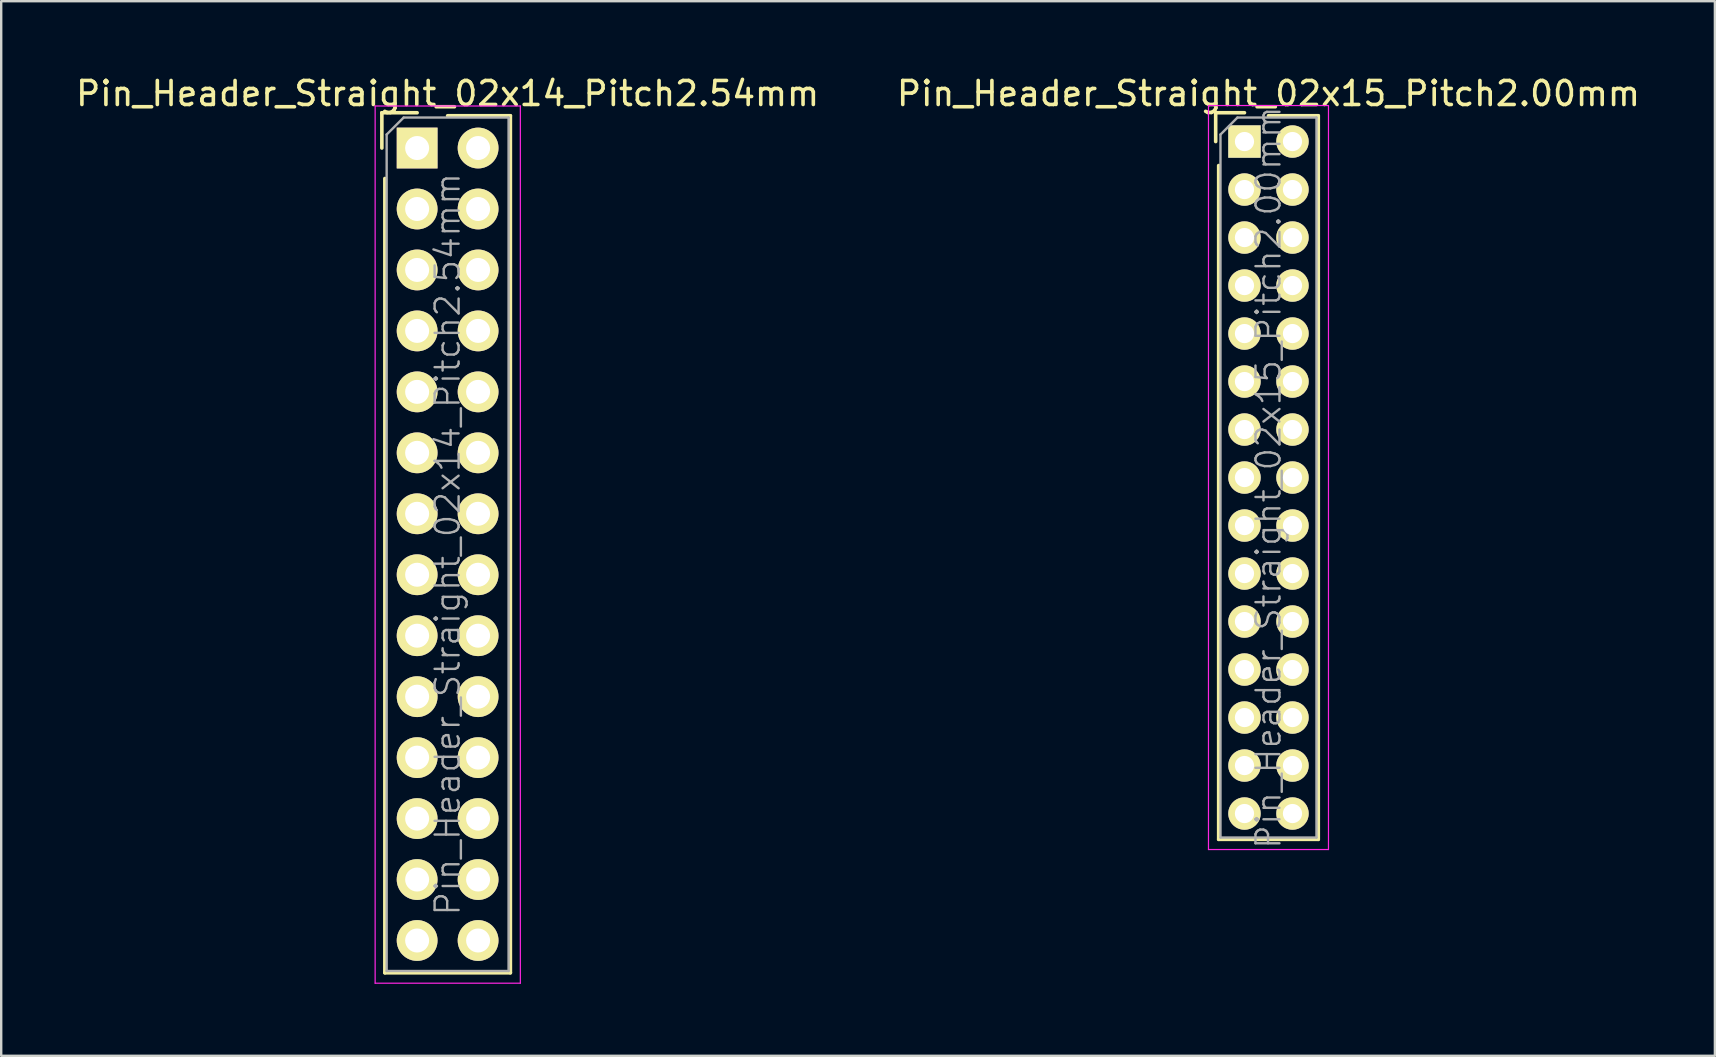
<source format=kicad_pcb>
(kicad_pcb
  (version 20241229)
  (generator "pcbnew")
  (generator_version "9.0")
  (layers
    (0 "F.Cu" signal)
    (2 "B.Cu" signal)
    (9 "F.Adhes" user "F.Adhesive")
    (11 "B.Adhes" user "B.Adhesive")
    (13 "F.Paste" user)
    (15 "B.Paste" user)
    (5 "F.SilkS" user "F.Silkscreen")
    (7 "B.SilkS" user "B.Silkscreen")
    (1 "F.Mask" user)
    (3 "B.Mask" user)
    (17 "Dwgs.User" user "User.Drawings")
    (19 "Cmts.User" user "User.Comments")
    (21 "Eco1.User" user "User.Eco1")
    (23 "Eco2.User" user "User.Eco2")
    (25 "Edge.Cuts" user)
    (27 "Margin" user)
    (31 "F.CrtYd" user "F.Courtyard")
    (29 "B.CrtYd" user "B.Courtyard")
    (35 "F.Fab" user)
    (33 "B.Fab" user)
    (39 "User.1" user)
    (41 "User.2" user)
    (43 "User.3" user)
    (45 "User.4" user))
  (footprint "Pin_Header_Straight_02x15_Pitch2.00mm"
    (layer "F.Cu")
    (at 48.804 2.848)
    (property "Reference" "Pin_Header_Straight_02x15_Pitch2.00mm" (at 1 -2 0) (layer "F.SilkS") (effects (font (size 1 1) (thickness 0.15))))
    (attr smd)
    (fp_line (start -1.2 -1.2) (end -1.2 0) (stroke (width 0.15) (type solid)) (layer "F.SilkS"))
    (fp_line (start -1.2 -1.2) (end 0 -1.2) (stroke (width 0.15) (type solid)) (layer "F.SilkS"))
    (fp_line (start -1.075 1) (end -1.075 29.075) (stroke (width 0.15) (type solid)) (layer "F.SilkS"))
    (fp_line (start -1.075 29.075) (end 3.075 29.075) (stroke (width 0.15) (type solid)) (layer "F.SilkS"))
    (fp_line (start 1 -1.075) (end 3.075 -1.075) (stroke (width 0.15) (type solid)) (layer "F.SilkS"))
    (fp_line (start 3.075 -1.075) (end 3.075 29.075) (stroke (width 0.15) (type solid)) (layer "F.SilkS"))
    (fp_line (start -1.5 -1.5) (end -1.5 29.5) (stroke (width 0.05) (type solid)) (layer "F.CrtYd"))
    (fp_line (start 3.5 -1.5) (end -1.5 -1.5) (stroke (width 0.05) (type solid)) (layer "F.CrtYd"))
    (fp_line (start 3.5 -1.5) (end 3.5 29.5) (stroke (width 0.05) (type solid)) (layer "F.CrtYd"))
    (fp_line (start 3.5 29.5) (end -1.5 29.5) (stroke (width 0.05) (type solid)) (layer "F.CrtYd"))
    (fp_line (start -1 -0.293) (end -0.293 -1) (stroke (width 0.1) (type solid)) (layer "F.Fab"))
    (fp_line (start -1 29) (end -1 -0.293) (stroke (width 0.1) (type solid)) (layer "F.Fab"))
    (fp_line (start 3 -1) (end -0.293 -1) (stroke (width 0.1) (type solid)) (layer "F.Fab"))
    (fp_line (start 3 29) (end -1 29) (stroke (width 0.1) (type solid)) (layer "F.Fab"))
    (fp_line (start 3 29) (end 3 -1) (stroke (width 0.1) (type solid)) (layer "F.Fab"))
    (fp_text user "${REFERENCE}" (at 1 14 90) (layer "F.Fab") (effects (font (size 1 1) (thickness 0.1))))
    (pad "1" thru_hole rect (at 0 0) (size 1.35 1.35) (drill 0.8) (layers "*.Cu" "*.Mask" "F.SilkS"))
    (pad "2" thru_hole oval (at 2 0) (size 1.35 1.35) (drill 0.8) (layers "*.Cu" "*.Mask" "F.SilkS"))
    (pad "3" thru_hole oval (at 0 2) (size 1.35 1.35) (drill 0.8) (layers "*.Cu" "*.Mask" "F.SilkS"))
    (pad "4" thru_hole oval (at 2 2) (size 1.35 1.35) (drill 0.8) (layers "*.Cu" "*.Mask" "F.SilkS"))
    (pad "5" thru_hole oval (at 0 4) (size 1.35 1.35) (drill 0.8) (layers "*.Cu" "*.Mask" "F.SilkS"))
    (pad "6" thru_hole oval (at 2 4) (size 1.35 1.35) (drill 0.8) (layers "*.Cu" "*.Mask" "F.SilkS"))
    (pad "7" thru_hole oval (at 0 6) (size 1.35 1.35) (drill 0.8) (layers "*.Cu" "*.Mask" "F.SilkS"))
    (pad "8" thru_hole oval (at 2 6) (size 1.35 1.35) (drill 0.8) (layers "*.Cu" "*.Mask" "F.SilkS"))
    (pad "9" thru_hole oval (at 0 8) (size 1.35 1.35) (drill 0.8) (layers "*.Cu" "*.Mask" "F.SilkS"))
    (pad "10" thru_hole oval (at 2 8) (size 1.35 1.35) (drill 0.8) (layers "*.Cu" "*.Mask" "F.SilkS"))
    (pad "11" thru_hole oval (at 0 10) (size 1.35 1.35) (drill 0.8) (layers "*.Cu" "*.Mask" "F.SilkS"))
    (pad "12" thru_hole oval (at 2 10) (size 1.35 1.35) (drill 0.8) (layers "*.Cu" "*.Mask" "F.SilkS"))
    (pad "13" thru_hole oval (at 0 12) (size 1.35 1.35) (drill 0.8) (layers "*.Cu" "*.Mask" "F.SilkS"))
    (pad "14" thru_hole oval (at 2 12) (size 1.35 1.35) (drill 0.8) (layers "*.Cu" "*.Mask" "F.SilkS"))
    (pad "15" thru_hole oval (at 0 14) (size 1.35 1.35) (drill 0.8) (layers "*.Cu" "*.Mask" "F.SilkS"))
    (pad "16" thru_hole oval (at 2 14) (size 1.35 1.35) (drill 0.8) (layers "*.Cu" "*.Mask" "F.SilkS"))
    (pad "17" thru_hole oval (at 0 16) (size 1.35 1.35) (drill 0.8) (layers "*.Cu" "*.Mask" "F.SilkS"))
    (pad "18" thru_hole oval (at 2 16) (size 1.35 1.35) (drill 0.8) (layers "*.Cu" "*.Mask" "F.SilkS"))
    (pad "19" thru_hole oval (at 0 18) (size 1.35 1.35) (drill 0.8) (layers "*.Cu" "*.Mask" "F.SilkS"))
    (pad "20" thru_hole oval (at 2 18) (size 1.35 1.35) (drill 0.8) (layers "*.Cu" "*.Mask" "F.SilkS"))
    (pad "21" thru_hole oval (at 0 20) (size 1.35 1.35) (drill 0.8) (layers "*.Cu" "*.Mask" "F.SilkS"))
    (pad "22" thru_hole oval (at 2 20) (size 1.35 1.35) (drill 0.8) (layers "*.Cu" "*.Mask" "F.SilkS"))
    (pad "23" thru_hole oval (at 0 22) (size 1.35 1.35) (drill 0.8) (layers "*.Cu" "*.Mask" "F.SilkS"))
    (pad "24" thru_hole oval (at 2 22) (size 1.35 1.35) (drill 0.8) (layers "*.Cu" "*.Mask" "F.SilkS"))
    (pad "25" thru_hole oval (at 0 24) (size 1.35 1.35) (drill 0.8) (layers "*.Cu" "*.Mask" "F.SilkS"))
    (pad "26" thru_hole oval (at 2 24) (size 1.35 1.35) (drill 0.8) (layers "*.Cu" "*.Mask" "F.SilkS"))
    (pad "27" thru_hole oval (at 0 26) (size 1.35 1.35) (drill 0.8) (layers "*.Cu" "*.Mask" "F.SilkS"))
    (pad "28" thru_hole oval (at 2 26) (size 1.35 1.35) (drill 0.8) (layers "*.Cu" "*.Mask" "F.SilkS"))
    (pad "29" thru_hole oval (at 0 28) (size 1.35 1.35) (drill 0.8) (layers "*.Cu" "*.Mask" "F.SilkS"))
    (pad "30" thru_hole oval (at 2 28) (size 1.35 1.35) (drill 0.8) (layers "*.Cu" "*.Mask" "F.SilkS")))
  (footprint "Pin_Header_Straight_02x14_Pitch2.54mm"
    (layer "F.Cu")
    (at 14.331 3.118)
    (property "Reference" "Pin_Header_Straight_02x14_Pitch2.54mm" (at 1.27 -2.27 0) (layer "F.SilkS") (effects (font (size 1 1) (thickness 0.15))))
    (attr smd)
    (fp_line (start -1.47 -1.47) (end -1.47 0) (stroke (width 0.15) (type solid)) (layer "F.SilkS"))
    (fp_line (start -1.47 -1.47) (end 0 -1.47) (stroke (width 0.15) (type solid)) (layer "F.SilkS"))
    (fp_line (start -1.345 1.27) (end -1.345 34.365) (stroke (width 0.15) (type solid)) (layer "F.SilkS"))
    (fp_line (start -1.345 34.365) (end 3.885 34.365) (stroke (width 0.15) (type solid)) (layer "F.SilkS"))
    (fp_line (start 1.27 -1.345) (end 3.885 -1.345) (stroke (width 0.15) (type solid)) (layer "F.SilkS"))
    (fp_line (start 3.885 -1.345) (end 3.885 34.365) (stroke (width 0.15) (type solid)) (layer "F.SilkS"))
    (fp_line (start -1.75 -1.75) (end -1.75 34.8) (stroke (width 0.05) (type solid)) (layer "F.CrtYd"))
    (fp_line (start 4.3 -1.75) (end -1.75 -1.75) (stroke (width 0.05) (type solid)) (layer "F.CrtYd"))
    (fp_line (start 4.3 -1.75) (end 4.3 34.8) (stroke (width 0.05) (type solid)) (layer "F.CrtYd"))
    (fp_line (start 4.3 34.8) (end -1.75 34.8) (stroke (width 0.05) (type solid)) (layer "F.CrtYd"))
    (fp_line (start -1.27 -0.563) (end -0.563 -1.27) (stroke (width 0.1) (type solid)) (layer "F.Fab"))
    (fp_line (start -1.27 34.29) (end -1.27 -0.563) (stroke (width 0.1) (type solid)) (layer "F.Fab"))
    (fp_line (start 3.81 -1.27) (end -0.563 -1.27) (stroke (width 0.1) (type solid)) (layer "F.Fab"))
    (fp_line (start 3.81 34.29) (end -1.27 34.29) (stroke (width 0.1) (type solid)) (layer "F.Fab"))
    (fp_line (start 3.81 34.29) (end 3.81 -1.27) (stroke (width 0.1) (type solid)) (layer "F.Fab"))
    (fp_text user "${REFERENCE}" (at 1.27 16.51 90) (layer "F.Fab") (effects (font (size 1 1) (thickness 0.1))))
    (pad "1" thru_hole rect (at 0 0) (size 1.7 1.7) (drill 1) (layers "*.Cu" "*.Mask" "F.SilkS"))
    (pad "2" thru_hole oval (at 2.54 0) (size 1.7 1.7) (drill 1) (layers "*.Cu" "*.Mask" "F.SilkS"))
    (pad "3" thru_hole oval (at 0 2.54) (size 1.7 1.7) (drill 1) (layers "*.Cu" "*.Mask" "F.SilkS"))
    (pad "4" thru_hole oval (at 2.54 2.54) (size 1.7 1.7) (drill 1) (layers "*.Cu" "*.Mask" "F.SilkS"))
    (pad "5" thru_hole oval (at 0 5.08) (size 1.7 1.7) (drill 1) (layers "*.Cu" "*.Mask" "F.SilkS"))
    (pad "6" thru_hole oval (at 2.54 5.08) (size 1.7 1.7) (drill 1) (layers "*.Cu" "*.Mask" "F.SilkS"))
    (pad "7" thru_hole oval (at 0 7.62) (size 1.7 1.7) (drill 1) (layers "*.Cu" "*.Mask" "F.SilkS"))
    (pad "8" thru_hole oval (at 2.54 7.62) (size 1.7 1.7) (drill 1) (layers "*.Cu" "*.Mask" "F.SilkS"))
    (pad "9" thru_hole oval (at 0 10.16) (size 1.7 1.7) (drill 1) (layers "*.Cu" "*.Mask" "F.SilkS"))
    (pad "10" thru_hole oval (at 2.54 10.16) (size 1.7 1.7) (drill 1) (layers "*.Cu" "*.Mask" "F.SilkS"))
    (pad "11" thru_hole oval (at 0 12.7) (size 1.7 1.7) (drill 1) (layers "*.Cu" "*.Mask" "F.SilkS"))
    (pad "12" thru_hole oval (at 2.54 12.7) (size 1.7 1.7) (drill 1) (layers "*.Cu" "*.Mask" "F.SilkS"))
    (pad "13" thru_hole oval (at 0 15.24) (size 1.7 1.7) (drill 1) (layers "*.Cu" "*.Mask" "F.SilkS"))
    (pad "14" thru_hole oval (at 2.54 15.24) (size 1.7 1.7) (drill 1) (layers "*.Cu" "*.Mask" "F.SilkS"))
    (pad "15" thru_hole oval (at 0 17.78) (size 1.7 1.7) (drill 1) (layers "*.Cu" "*.Mask" "F.SilkS"))
    (pad "16" thru_hole oval (at 2.54 17.78) (size 1.7 1.7) (drill 1) (layers "*.Cu" "*.Mask" "F.SilkS"))
    (pad "17" thru_hole oval (at 0 20.32) (size 1.7 1.7) (drill 1) (layers "*.Cu" "*.Mask" "F.SilkS"))
    (pad "18" thru_hole oval (at 2.54 20.32) (size 1.7 1.7) (drill 1) (layers "*.Cu" "*.Mask" "F.SilkS"))
    (pad "19" thru_hole oval (at 0 22.86) (size 1.7 1.7) (drill 1) (layers "*.Cu" "*.Mask" "F.SilkS"))
    (pad "20" thru_hole oval (at 2.54 22.86) (size 1.7 1.7) (drill 1) (layers "*.Cu" "*.Mask" "F.SilkS"))
    (pad "21" thru_hole oval (at 0 25.4) (size 1.7 1.7) (drill 1) (layers "*.Cu" "*.Mask" "F.SilkS"))
    (pad "22" thru_hole oval (at 2.54 25.4) (size 1.7 1.7) (drill 1) (layers "*.Cu" "*.Mask" "F.SilkS"))
    (pad "23" thru_hole oval (at 0 27.94) (size 1.7 1.7) (drill 1) (layers "*.Cu" "*.Mask" "F.SilkS"))
    (pad "24" thru_hole oval (at 2.54 27.94) (size 1.7 1.7) (drill 1) (layers "*.Cu" "*.Mask" "F.SilkS"))
    (pad "25" thru_hole oval (at 0 30.48) (size 1.7 1.7) (drill 1) (layers "*.Cu" "*.Mask" "F.SilkS"))
    (pad "26" thru_hole oval (at 2.54 30.48) (size 1.7 1.7) (drill 1) (layers "*.Cu" "*.Mask" "F.SilkS"))
    (pad "27" thru_hole oval (at 0 33.02) (size 1.7 1.7) (drill 1) (layers "*.Cu" "*.Mask" "F.SilkS"))
    (pad "28" thru_hole oval (at 2.54 33.02) (size 1.7 1.7) (drill 1) (layers "*.Cu" "*.Mask" "F.SilkS")))
  (gr_rect
    (start -3 -3)
    (end 68.405 40.943)
    (stroke (width 0.1) (type default))
    (fill no)
    (layer "Edge.Cuts")))
</source>
